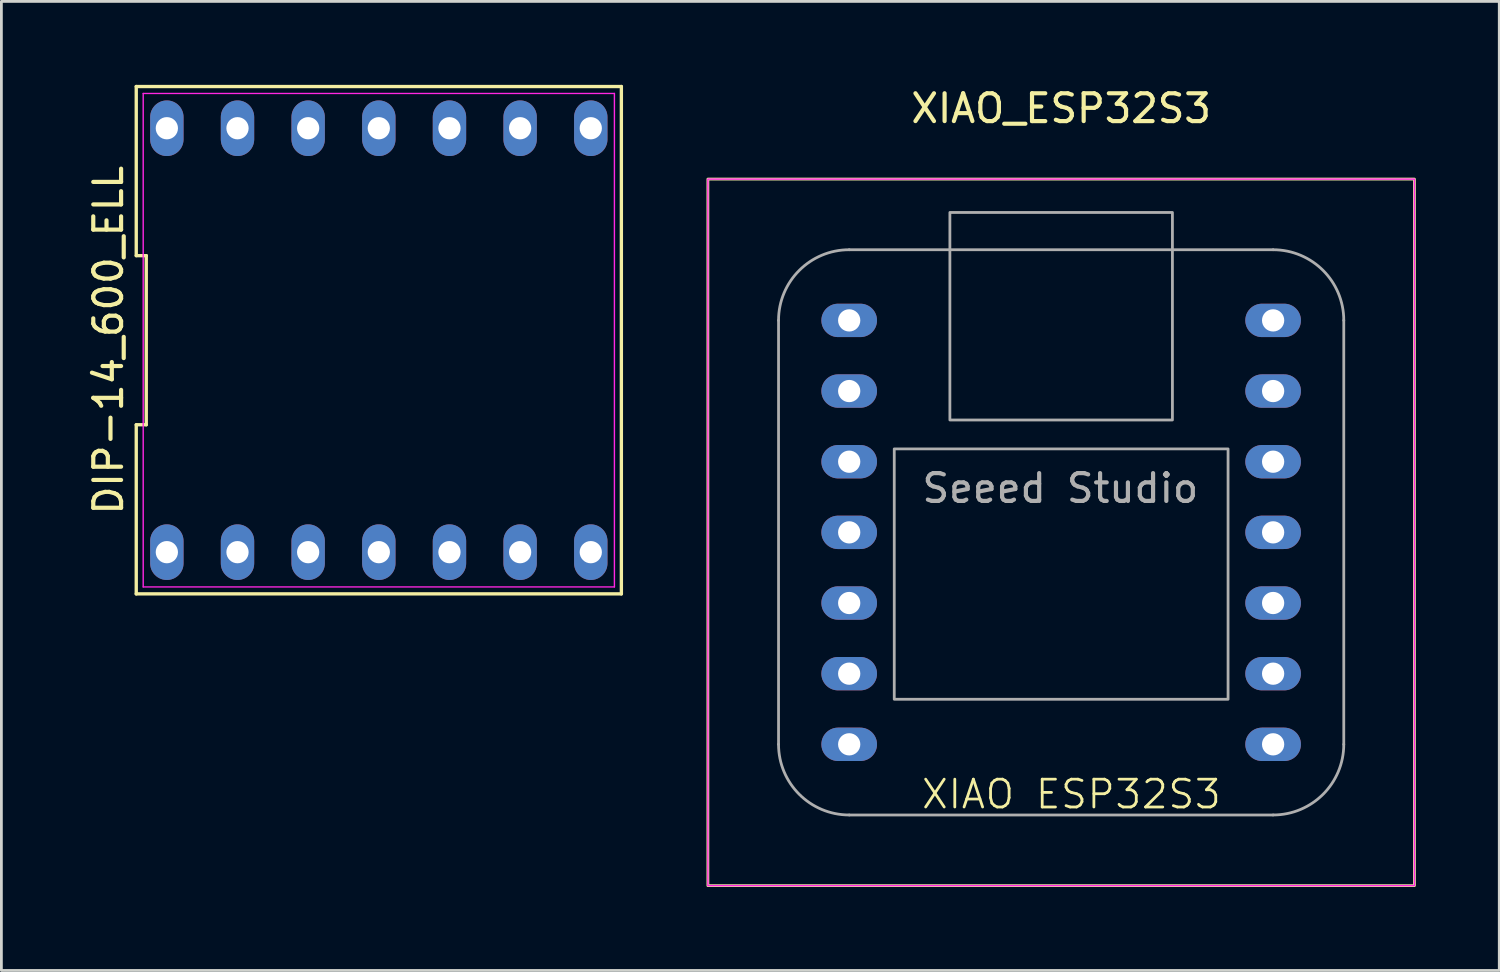
<source format=kicad_pcb>
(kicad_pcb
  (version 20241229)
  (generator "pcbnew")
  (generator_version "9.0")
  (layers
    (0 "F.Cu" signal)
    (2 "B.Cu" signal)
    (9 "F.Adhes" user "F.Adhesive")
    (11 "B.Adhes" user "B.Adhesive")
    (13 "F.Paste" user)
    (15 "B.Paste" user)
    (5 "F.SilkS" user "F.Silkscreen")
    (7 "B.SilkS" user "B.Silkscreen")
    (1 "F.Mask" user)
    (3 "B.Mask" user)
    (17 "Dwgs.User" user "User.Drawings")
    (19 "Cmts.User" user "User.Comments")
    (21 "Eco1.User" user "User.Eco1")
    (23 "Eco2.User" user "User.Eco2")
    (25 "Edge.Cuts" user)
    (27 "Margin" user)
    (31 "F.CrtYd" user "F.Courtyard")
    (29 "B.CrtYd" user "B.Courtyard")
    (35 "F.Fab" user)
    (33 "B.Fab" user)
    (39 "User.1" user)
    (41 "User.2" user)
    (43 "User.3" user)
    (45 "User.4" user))
  (footprint "XIAO_ESP32S3"
    (layer "F.Cu")
    (at 35.098 16.088)
    (property "Reference" "XIAO_ESP32S3" (at 0 -15.24 0) (layer "F.SilkS") (effects (font (size 1 1) (thickness 0.15))))
    (attr through_hole)
    (fp_rect (start -12.7 -12.7) (end 12.7 12.7) (stroke (width 0.1) (type default)) (fill no) (layer "F.SilkS"))
    (fp_rect (start -12.7 -12.7) (end 12.7 12.7) (stroke (width 0.05) (type default)) (fill no) (layer "F.CrtYd"))
    (fp_line (start -10.16 -7.62) (end -10.16 7.62) (stroke (width 0.1) (type default)) (layer "F.Fab"))
    (fp_line (start -7.62 10.16) (end 7.62 10.16) (stroke (width 0.1) (type default)) (layer "F.Fab"))
    (fp_line (start 7.62 -10.16) (end -7.62 -10.16) (stroke (width 0.1) (type default)) (layer "F.Fab"))
    (fp_line (start 10.16 7.62) (end 10.16 -7.62) (stroke (width 0.1) (type default)) (layer "F.Fab"))
    (fp_rect (start -6 -3) (end 6 6) (stroke (width 0.1) (type default)) (fill no) (layer "F.Fab"))
    (fp_rect (start -4 -11.5) (end 4 -4.04) (stroke (width 0.1) (type default)) (fill no) (layer "F.Fab"))
    (fp_arc (start -10.16 -7.62) (mid -9.416051 -9.416051) (end -7.62 -10.16) (stroke (width 0.1) (type default)) (layer "F.Fab"))
    (fp_arc (start -7.62 10.16) (mid -9.416051 9.416051) (end -10.16 7.62) (stroke (width 0.1) (type default)) (layer "F.Fab"))
    (fp_arc (start 7.62 -10.16) (mid 9.416051 -9.416051) (end 10.16 -7.62) (stroke (width 0.1) (type default)) (layer "F.Fab"))
    (fp_arc (start 10.16 7.62) (mid 9.416051 9.416051) (end 7.62 10.16) (stroke (width 0.1) (type default)) (layer "F.Fab"))
    (fp_text user "XIAO ESP32S3" (at -5.08 10 0) (unlocked yes) (layer "F.SilkS") (effects (font (size 1 1) (thickness 0.1)) (justify left bottom)))
    (fp_text user "Seeed Studio" (at -5.08 -1 0) (unlocked yes) (layer "F.Fab") (effects (font (size 1 1) (thickness 0.15)) (justify left bottom)))
    (pad "1" thru_hole oval (at -7.62 -7.62 270) (size 1.2 2) (drill 0.8) (layers "*.Cu" "*.Mask"))
    (pad "2" thru_hole oval (at -7.62 -5.08 270) (size 1.2 2) (drill 0.8) (layers "*.Cu" "*.Mask"))
    (pad "3" thru_hole oval (at -7.62 -2.54 270) (size 1.2 2) (drill 0.8) (layers "*.Cu" "*.Mask"))
    (pad "4" thru_hole oval (at -7.62 0 270) (size 1.2 2) (drill 0.8) (layers "*.Cu" "*.Mask"))
    (pad "5" thru_hole oval (at -7.62 2.54 270) (size 1.2 2) (drill 0.8) (layers "*.Cu" "*.Mask"))
    (pad "6" thru_hole oval (at -7.62 5.08 270) (size 1.2 2) (drill 0.8) (layers "*.Cu" "*.Mask"))
    (pad "7" thru_hole oval (at -7.62 7.62 270) (size 1.2 2) (drill 0.8) (layers "*.Cu" "*.Mask"))
    (pad "8" thru_hole oval (at 7.62 7.62 270) (size 1.2 2) (drill 0.8) (layers "*.Cu" "*.Mask"))
    (pad "9" thru_hole oval (at 7.62 5.08 270) (size 1.2 2) (drill 0.8) (layers "*.Cu" "*.Mask"))
    (pad "10" thru_hole oval (at 7.62 2.54 270) (size 1.2 2) (drill 0.8) (layers "*.Cu" "*.Mask"))
    (pad "11" thru_hole oval (at 7.62 0 270) (size 1.2 2) (drill 0.8) (layers "*.Cu" "*.Mask"))
    (pad "12" thru_hole oval (at 7.62 -2.54 270) (size 1.2 2) (drill 0.8) (layers "*.Cu" "*.Mask"))
    (pad "13" thru_hole oval (at 7.62 -5.08 270) (size 1.2 2) (drill 0.8) (layers "*.Cu" "*.Mask"))
    (pad "14" thru_hole oval (at 7.62 -7.62 270) (size 1.2 2) (drill 0.8) (layers "*.Cu" "*.Mask")))
  (footprint "DIP-14_600_ELL"
    (layer "F.Cu")
    (at 10.568 9.18)
    (property "Reference" "DIP-14_600_ELL" (at -9.72 0 90) (layer "F.SilkS") (effects (font (size 1 1) (thickness 0.15))))
    (attr through_hole)
    (fp_line (start -8.72 -9.12) (end -8.72 -3.04) (stroke (width 0.12) (type default)) (layer "F.SilkS"))
    (fp_line (start -8.72 -3.04) (end -8.36 -3.04) (stroke (width 0.12) (type default)) (layer "F.SilkS"))
    (fp_line (start -8.72 3.04) (end -8.72 9.12) (stroke (width 0.12) (type default)) (layer "F.SilkS"))
    (fp_line (start -8.72 9.12) (end 8.72 9.12) (stroke (width 0.12) (type default)) (layer "F.SilkS"))
    (fp_line (start -8.36 -3.04) (end -8.36 3.04) (stroke (width 0.12) (type default)) (layer "F.SilkS"))
    (fp_line (start -8.36 3.04) (end -8.72 3.04) (stroke (width 0.12) (type default)) (layer "F.SilkS"))
    (fp_line (start 8.72 -9.12) (end -8.72 -9.12) (stroke (width 0.12) (type default)) (layer "F.SilkS"))
    (fp_line (start 8.72 9.12) (end 8.72 -9.12) (stroke (width 0.12) (type default)) (layer "F.SilkS"))
    (fp_line (start -8.47 -8.87) (end 8.47 -8.87) (stroke (width 0.05) (type default)) (layer "F.CrtYd"))
    (fp_line (start -8.47 8.87) (end -8.47 -8.87) (stroke (width 0.05) (type default)) (layer "F.CrtYd"))
    (fp_line (start 8.47 -8.87) (end 8.47 8.87) (stroke (width 0.05) (type default)) (layer "F.CrtYd"))
    (fp_line (start 8.47 8.87) (end -8.47 8.87) (stroke (width 0.05) (type default)) (layer "F.CrtYd"))
    (pad "1" thru_hole oval (at -7.62 7.62) (size 1.2 2) (drill 0.8) (layers "*.Cu" "*.Mask"))
    (pad "2" thru_hole oval (at -5.08 7.62) (size 1.2 2) (drill 0.8) (layers "*.Cu" "*.Mask"))
    (pad "3" thru_hole oval (at -2.54 7.62) (size 1.2 2) (drill 0.8) (layers "*.Cu" "*.Mask"))
    (pad "4" thru_hole oval (at 0 7.62) (size 1.2 2) (drill 0.8) (layers "*.Cu" "*.Mask"))
    (pad "5" thru_hole oval (at 2.54 7.62) (size 1.2 2) (drill 0.8) (layers "*.Cu" "*.Mask"))
    (pad "6" thru_hole oval (at 5.08 7.62) (size 1.2 2) (drill 0.8) (layers "*.Cu" "*.Mask"))
    (pad "7" thru_hole oval (at 7.62 7.62) (size 1.2 2) (drill 0.8) (layers "*.Cu" "*.Mask"))
    (pad "8" thru_hole oval (at 7.62 -7.62) (size 1.2 2) (drill 0.8) (layers "*.Cu" "*.Mask"))
    (pad "9" thru_hole oval (at 5.08 -7.62) (size 1.2 2) (drill 0.8) (layers "*.Cu" "*.Mask"))
    (pad "10" thru_hole oval (at 2.54 -7.62) (size 1.2 2) (drill 0.8) (layers "*.Cu" "*.Mask"))
    (pad "11" thru_hole oval (at 0 -7.62) (size 1.2 2) (drill 0.8) (layers "*.Cu" "*.Mask"))
    (pad "12" thru_hole oval (at -2.54 -7.62) (size 1.2 2) (drill 0.8) (layers "*.Cu" "*.Mask"))
    (pad "13" thru_hole oval (at -5.08 -7.62) (size 1.2 2) (drill 0.8) (layers "*.Cu" "*.Mask"))
    (pad "14" thru_hole oval (at -7.62 -7.62) (size 1.2 2) (drill 0.8) (layers "*.Cu" "*.Mask")))
  (gr_rect
    (start -3 -3)
    (end 50.848 31.838)
    (stroke (width 0.1) (type default))
    (fill no)
    (layer "Edge.Cuts")))
</source>
